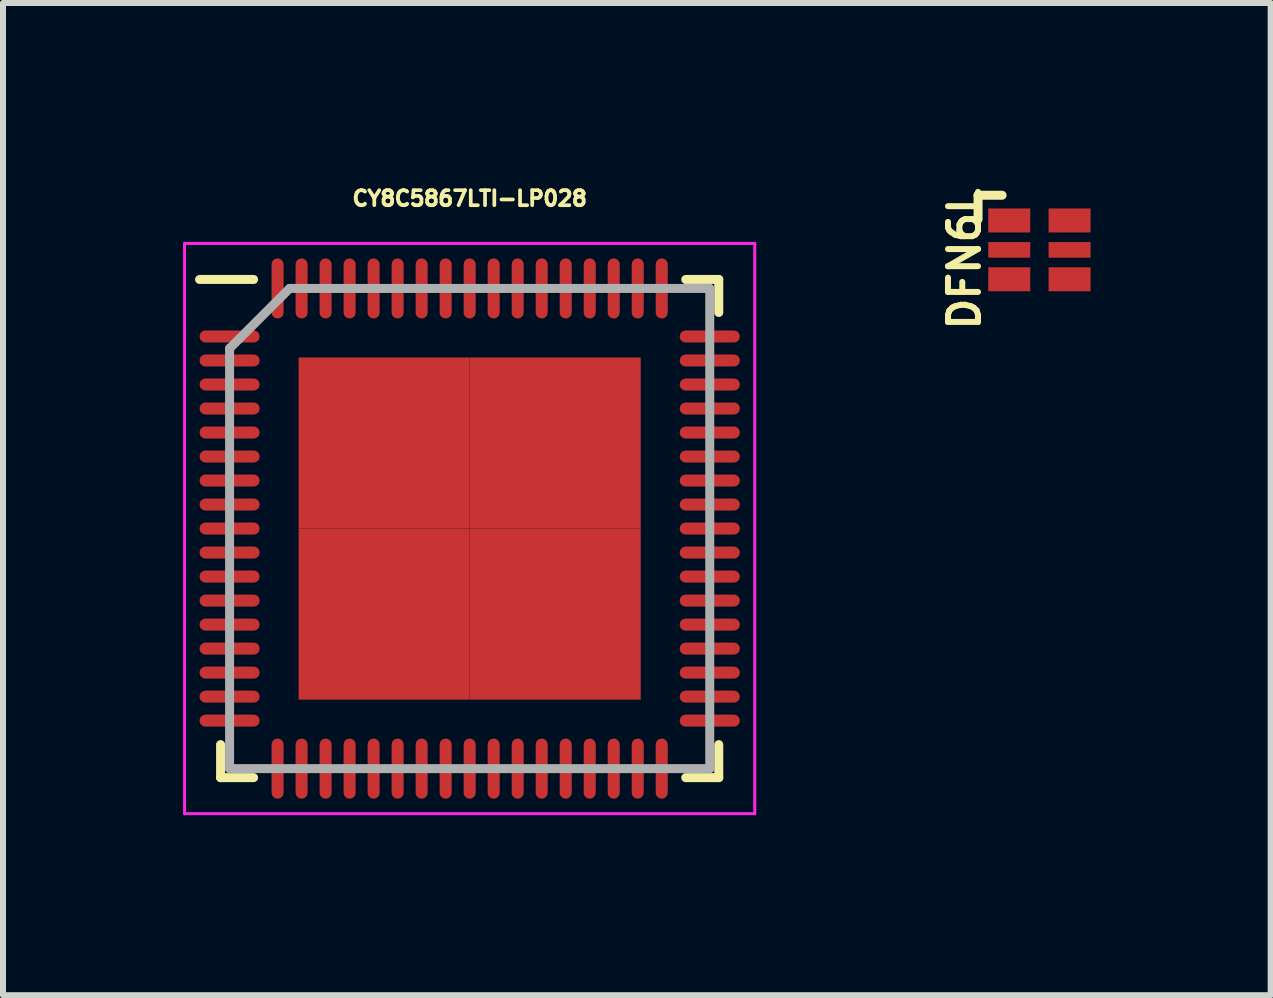
<source format=kicad_pcb>
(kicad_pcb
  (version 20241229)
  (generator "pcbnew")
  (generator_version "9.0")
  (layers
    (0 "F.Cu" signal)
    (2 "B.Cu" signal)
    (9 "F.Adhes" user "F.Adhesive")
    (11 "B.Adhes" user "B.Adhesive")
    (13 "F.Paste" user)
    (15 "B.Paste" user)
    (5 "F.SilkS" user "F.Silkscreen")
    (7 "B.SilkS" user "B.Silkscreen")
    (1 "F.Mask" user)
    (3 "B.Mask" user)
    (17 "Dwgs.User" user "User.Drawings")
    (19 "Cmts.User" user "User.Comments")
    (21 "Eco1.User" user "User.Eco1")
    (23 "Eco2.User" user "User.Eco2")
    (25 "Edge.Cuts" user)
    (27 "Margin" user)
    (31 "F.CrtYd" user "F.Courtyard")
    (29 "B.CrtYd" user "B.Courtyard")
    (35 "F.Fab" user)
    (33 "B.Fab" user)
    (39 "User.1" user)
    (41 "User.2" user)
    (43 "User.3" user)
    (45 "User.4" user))
  (footprint "CY8C5867LTI-LP028"
    (layer "F.Cu")
    (at 4.775 5.756)
    (property "Reference" "CY8C5867LTI-LP028" (at 0 -5.5 0) (layer "F.SilkS") (effects (font (size 0.25 0.25) (thickness 0.062))))
    (attr smd)
    (fp_line (start -4.15 4.15) (end -4.15 3.6) (stroke (width 0.15) (type solid)) (layer "F.SilkS"))
    (fp_line (start -3.6 -4.15) (end -4.5 -4.15) (stroke (width 0.15) (type solid)) (layer "F.SilkS"))
    (fp_line (start -3.6 4.15) (end -4.15 4.15) (stroke (width 0.15) (type solid)) (layer "F.SilkS"))
    (fp_line (start 3.6 -4.15) (end 4.15 -4.15) (stroke (width 0.15) (type solid)) (layer "F.SilkS"))
    (fp_line (start 3.6 4.15) (end 4.15 4.15) (stroke (width 0.15) (type solid)) (layer "F.SilkS"))
    (fp_line (start 4.15 -4.15) (end 4.15 -3.6) (stroke (width 0.15) (type solid)) (layer "F.SilkS"))
    (fp_line (start 4.15 4.15) (end 4.15 3.6) (stroke (width 0.15) (type solid)) (layer "F.SilkS"))
    (fp_line (start -4.75 -4.75) (end 4.75 -4.75) (stroke (width 0.05) (type solid)) (layer "F.CrtYd"))
    (fp_line (start -4.75 4.75) (end -4.75 -4.75) (stroke (width 0.05) (type solid)) (layer "F.CrtYd"))
    (fp_line (start 4.75 -4.75) (end 4.75 4.75) (stroke (width 0.05) (type solid)) (layer "F.CrtYd"))
    (fp_line (start 4.75 4.75) (end -4.75 4.75) (stroke (width 0.05) (type solid)) (layer "F.CrtYd"))
    (fp_line (start -4 -3) (end -4 4) (stroke (width 0.15) (type solid)) (layer "F.Fab"))
    (fp_line (start -4 4) (end 4 4) (stroke (width 0.15) (type solid)) (layer "F.Fab"))
    (fp_line (start -3 -4) (end -4 -3) (stroke (width 0.15) (type solid)) (layer "F.Fab"))
    (fp_line (start 4 -4) (end -3 -4) (stroke (width 0.15) (type solid)) (layer "F.Fab"))
    (fp_line (start 4 4) (end 4 -4) (stroke (width 0.15) (type solid)) (layer "F.Fab"))
    (pad "1" smd oval (at -4 -3.2 90) (size 0.2 1) (layers "F.Cu" "F.Mask" "F.Paste"))
    (pad "2" smd oval (at -4 -2.8 90) (size 0.2 1) (layers "F.Cu" "F.Mask" "F.Paste"))
    (pad "3" smd oval (at -4 -2.4 90) (size 0.2 1) (layers "F.Cu" "F.Mask" "F.Paste"))
    (pad "4" smd oval (at -4 -2 90) (size 0.2 1) (layers "F.Cu" "F.Mask" "F.Paste"))
    (pad "5" smd oval (at -4 -1.6 90) (size 0.2 1) (layers "F.Cu" "F.Mask" "F.Paste"))
    (pad "6" smd oval (at -4 -1.2 90) (size 0.2 1) (layers "F.Cu" "F.Mask" "F.Paste"))
    (pad "7" smd oval (at -4 -0.8 90) (size 0.2 1) (layers "F.Cu" "F.Mask" "F.Paste"))
    (pad "8" smd oval (at -4 -0.4 90) (size 0.2 1) (layers "F.Cu" "F.Mask" "F.Paste"))
    (pad "9" smd oval (at -4 0 90) (size 0.2 1) (layers "F.Cu" "F.Mask" "F.Paste"))
    (pad "10" smd oval (at -4 0.4 90) (size 0.2 1) (layers "F.Cu" "F.Mask" "F.Paste"))
    (pad "11" smd oval (at -4 0.8 90) (size 0.2 1) (layers "F.Cu" "F.Mask" "F.Paste"))
    (pad "12" smd oval (at -4 1.2 90) (size 0.2 1) (layers "F.Cu" "F.Mask" "F.Paste"))
    (pad "13" smd oval (at -4 1.6 90) (size 0.2 1) (layers "F.Cu" "F.Mask" "F.Paste"))
    (pad "14" smd oval (at -4 2 90) (size 0.2 1) (layers "F.Cu" "F.Mask" "F.Paste"))
    (pad "15" smd oval (at -4 2.4 90) (size 0.2 1) (layers "F.Cu" "F.Mask" "F.Paste"))
    (pad "16" smd oval (at -4 2.8 90) (size 0.2 1) (layers "F.Cu" "F.Mask" "F.Paste"))
    (pad "17" smd oval (at -4 3.2 90) (size 0.2 1) (layers "F.Cu" "F.Mask" "F.Paste"))
    (pad "18" smd oval (at -3.2 4) (size 0.2 1) (layers "F.Cu" "F.Mask" "F.Paste"))
    (pad "19" smd oval (at -2.8 4) (size 0.2 1) (layers "F.Cu" "F.Mask" "F.Paste"))
    (pad "20" smd oval (at -2.4 4) (size 0.2 1) (layers "F.Cu" "F.Mask" "F.Paste"))
    (pad "21" smd oval (at -2 4) (size 0.2 1) (layers "F.Cu" "F.Mask" "F.Paste"))
    (pad "22" smd oval (at -1.6 4) (size 0.2 1) (layers "F.Cu" "F.Mask" "F.Paste"))
    (pad "23" smd oval (at -1.2 4) (size 0.2 1) (layers "F.Cu" "F.Mask" "F.Paste"))
    (pad "24" smd oval (at -0.8 4) (size 0.2 1) (layers "F.Cu" "F.Mask" "F.Paste"))
    (pad "25" smd oval (at -0.4 4) (size 0.2 1) (layers "F.Cu" "F.Mask" "F.Paste"))
    (pad "26" smd oval (at 0 4) (size 0.2 1) (layers "F.Cu" "F.Mask" "F.Paste"))
    (pad "27" smd oval (at 0.4 4) (size 0.2 1) (layers "F.Cu" "F.Mask" "F.Paste"))
    (pad "28" smd oval (at 0.8 4) (size 0.2 1) (layers "F.Cu" "F.Mask" "F.Paste"))
    (pad "29" smd oval (at 1.2 4) (size 0.2 1) (layers "F.Cu" "F.Mask" "F.Paste"))
    (pad "30" smd oval (at 1.6 4) (size 0.2 1) (layers "F.Cu" "F.Mask" "F.Paste"))
    (pad "31" smd oval (at 2 4) (size 0.2 1) (layers "F.Cu" "F.Mask" "F.Paste"))
    (pad "32" smd oval (at 2.4 4) (size 0.2 1) (layers "F.Cu" "F.Mask" "F.Paste"))
    (pad "33" smd oval (at 2.8 4) (size 0.2 1) (layers "F.Cu" "F.Mask" "F.Paste"))
    (pad "34" smd oval (at 3.2 4) (size 0.2 1) (layers "F.Cu" "F.Mask" "F.Paste"))
    (pad "35" smd oval (at 4 3.2 90) (size 0.2 1) (layers "F.Cu" "F.Mask" "F.Paste"))
    (pad "36" smd oval (at 4 2.8 90) (size 0.2 1) (layers "F.Cu" "F.Mask" "F.Paste"))
    (pad "37" smd oval (at 4 2.4 90) (size 0.2 1) (layers "F.Cu" "F.Mask" "F.Paste"))
    (pad "38" smd oval (at 4 2 90) (size 0.2 1) (layers "F.Cu" "F.Mask" "F.Paste"))
    (pad "39" smd oval (at 4 1.6 90) (size 0.2 1) (layers "F.Cu" "F.Mask" "F.Paste"))
    (pad "40" smd oval (at 4 1.2 90) (size 0.2 1) (layers "F.Cu" "F.Mask" "F.Paste"))
    (pad "41" smd oval (at 4 0.8 90) (size 0.2 1) (layers "F.Cu" "F.Mask" "F.Paste"))
    (pad "42" smd oval (at 4 0.4 90) (size 0.2 1) (layers "F.Cu" "F.Mask" "F.Paste"))
    (pad "43" smd oval (at 4 0 90) (size 0.2 1) (layers "F.Cu" "F.Mask" "F.Paste"))
    (pad "44" smd oval (at 4 -0.4 90) (size 0.2 1) (layers "F.Cu" "F.Mask" "F.Paste"))
    (pad "45" smd oval (at 4 -0.8 90) (size 0.2 1) (layers "F.Cu" "F.Mask" "F.Paste"))
    (pad "46" smd oval (at 4 -1.2 90) (size 0.2 1) (layers "F.Cu" "F.Mask" "F.Paste"))
    (pad "47" smd oval (at 4 -1.6 90) (size 0.2 1) (layers "F.Cu" "F.Mask" "F.Paste"))
    (pad "48" smd oval (at 4 -2 90) (size 0.2 1) (layers "F.Cu" "F.Mask" "F.Paste"))
    (pad "49" smd oval (at 4 -2.4 90) (size 0.2 1) (layers "F.Cu" "F.Mask" "F.Paste"))
    (pad "50" smd oval (at 4 -2.8 90) (size 0.2 1) (layers "F.Cu" "F.Mask" "F.Paste"))
    (pad "51" smd oval (at 4 -3.2 90) (size 0.2 1) (layers "F.Cu" "F.Mask" "F.Paste"))
    (pad "52" smd oval (at 3.2 -4) (size 0.2 1) (layers "F.Cu" "F.Mask" "F.Paste"))
    (pad "53" smd oval (at 2.8 -4) (size 0.2 1) (layers "F.Cu" "F.Mask" "F.Paste"))
    (pad "54" smd oval (at 2.4 -4) (size 0.2 1) (layers "F.Cu" "F.Mask" "F.Paste"))
    (pad "55" smd oval (at 2 -4) (size 0.2 1) (layers "F.Cu" "F.Mask" "F.Paste"))
    (pad "56" smd oval (at 1.6 -4) (size 0.2 1) (layers "F.Cu" "F.Mask" "F.Paste"))
    (pad "57" smd oval (at 1.2 -4) (size 0.2 1) (layers "F.Cu" "F.Mask" "F.Paste"))
    (pad "58" smd oval (at 0.8 -4) (size 0.2 1) (layers "F.Cu" "F.Mask" "F.Paste"))
    (pad "59" smd oval (at 0.4 -4) (size 0.2 1) (layers "F.Cu" "F.Mask" "F.Paste"))
    (pad "60" smd oval (at 0 -4) (size 0.2 1) (layers "F.Cu" "F.Mask" "F.Paste"))
    (pad "61" smd oval (at -0.4 -4) (size 0.2 1) (layers "F.Cu" "F.Mask" "F.Paste"))
    (pad "62" smd oval (at -0.8 -4) (size 0.2 1) (layers "F.Cu" "F.Mask" "F.Paste"))
    (pad "63" smd oval (at -1.2 -4) (size 0.2 1) (layers "F.Cu" "F.Mask" "F.Paste"))
    (pad "64" smd oval (at -1.6 -4) (size 0.2 1) (layers "F.Cu" "F.Mask" "F.Paste"))
    (pad "65" smd oval (at -2 -4) (size 0.2 1) (layers "F.Cu" "F.Mask" "F.Paste"))
    (pad "66" smd oval (at -2.4 -4) (size 0.2 1) (layers "F.Cu" "F.Mask" "F.Paste"))
    (pad "67" smd oval (at -2.8 -4) (size 0.2 1) (layers "F.Cu" "F.Mask" "F.Paste"))
    (pad "68" smd oval (at -3.2 -4) (size 0.2 1) (layers "F.Cu" "F.Mask" "F.Paste"))
    (pad "69" smd rect (at -1.425 -1.425) (size 2.85 2.85) (layers "F.Cu" "F.Mask" "F.Paste"))
    (pad "69" smd rect (at -1.425 1.425) (size 2.85 2.85) (layers "F.Cu" "F.Mask" "F.Paste"))
    (pad "69" smd rect (at 1.425 -1.425) (size 2.85 2.85) (layers "F.Cu" "F.Mask" "F.Paste"))
    (pad "69" smd rect (at 1.425 1.425) (size 2.85 2.85) (layers "F.Cu" "F.Mask" "F.Paste")))
  (footprint "DFN6L"
    (layer "F.Cu")
    (at 14.345 0.953)
    (property "Reference" "DFN6L" (at -1.327 0.313 90) (layer "F.SilkS") (effects (font (size 0.5 0.5) (thickness 0.1))))
    (attr through_hole)
    (fp_line (start -1.1 -0.75) (end -1.1 -0.35) (stroke (width 0.15) (type solid)) (layer "F.SilkS"))
    (fp_line (start -0.7 -0.75) (end -1.1 -0.75) (stroke (width 0.15) (type solid)) (layer "F.SilkS"))
    (pad "1" smd rect (at -0.58 -0.33 270) (size 0.4 0.7) (layers "F.Cu" "F.Mask" "F.Paste"))
    (pad "2" smd rect (at -0.58 0.16 90) (size 0.26 0.7) (layers "F.Cu" "F.Mask" "F.Paste"))
    (pad "3" smd rect (at -0.58 0.65 90) (size 0.4 0.7) (layers "F.Cu" "F.Mask" "F.Paste"))
    (pad "4" smd rect (at 0.425 0.65 90) (size 0.4 0.7) (layers "F.Cu" "F.Mask" "F.Paste"))
    (pad "5" smd rect (at 0.425 0.16 90) (size 0.26 0.7) (layers "F.Cu" "F.Mask" "F.Paste"))
    (pad "6" smd rect (at 0.425 -0.33 90) (size 0.4 0.7) (layers "F.Cu" "F.Mask" "F.Paste")))
  (gr_rect
    (start -3 -3)
    (end 18.12 13.531)
    (stroke (width 0.1) (type default))
    (fill no)
    (layer "Edge.Cuts")))
</source>
